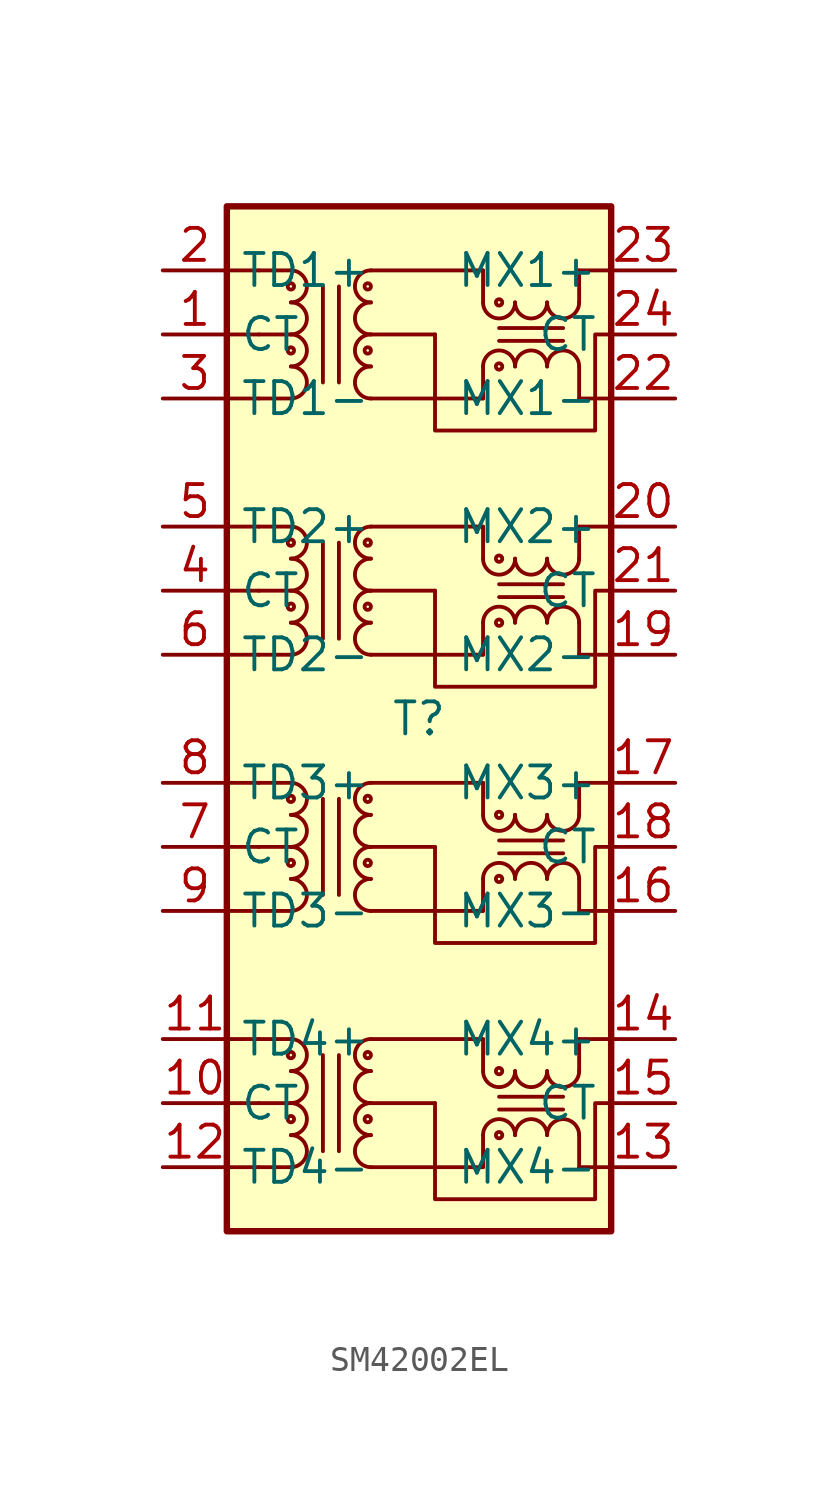
<source format=kicad_sym>
(kicad_symbol_lib
  (version 20231120)
  (generator "kicad_symbol_editor")
  (generator_version "8.0")
  (symbol "SM42002EL"
    (property "Reference" "T"
      (at 0 0 0)
      (effects (font (size 1.27 1.27))))
    (property "Value" ""
      (at 0 0 0)
      (effects (font (size 1.27 1.27))))
    (symbol "SM42002EL_0_1"
      (rectangle (start -7.62 20.32) (end 7.62 -20.32) (stroke (width 0.254) (type default)) (fill (type background)))
      (polyline (pts (xy 2.54 -16.51) (xy 2.54 -17.78)) (stroke (width 0) (type default)) (fill (type none)))
      (polyline (pts (xy 2.54 -12.7) (xy 2.54 -13.97)) (stroke (width 0) (type default)) (fill (type none)))
      (polyline (pts (xy 2.54 -6.35) (xy 2.54 -7.62)) (stroke (width 0) (type default)) (fill (type none)))
      (polyline (pts (xy 2.54 -2.54) (xy 2.54 -3.81)) (stroke (width 0) (type default)) (fill (type none)))
      (polyline (pts (xy 2.54 3.81) (xy 2.54 2.54)) (stroke (width 0) (type default)) (fill (type none)))
      (polyline (pts (xy 2.54 7.62) (xy 2.54 6.35)) (stroke (width 0) (type default)) (fill (type none)))
      (polyline (pts (xy 2.54 13.97) (xy 2.54 12.7)) (stroke (width 0) (type default)) (fill (type none)))
      (polyline (pts (xy 2.54 17.78) (xy 2.54 16.51)) (stroke (width 0) (type default)) (fill (type none)))
      (polyline (pts (xy 6.35 -17.78) (xy 6.35 -16.51)) (stroke (width 0) (type default)) (fill (type none)))
      (polyline (pts (xy 6.35 -13.97) (xy 6.35 -12.7)) (stroke (width 0) (type default)) (fill (type none)))
      (polyline (pts (xy 6.35 -7.62) (xy 6.35 -6.35)) (stroke (width 0) (type default)) (fill (type none)))
      (polyline (pts (xy 6.35 -3.81) (xy 6.35 -2.54)) (stroke (width 0) (type default)) (fill (type none)))
      (polyline (pts (xy 6.35 2.54) (xy 6.35 3.81)) (stroke (width 0) (type default)) (fill (type none)))
      (polyline (pts (xy 6.35 6.35) (xy 6.35 7.62)) (stroke (width 0) (type default)) (fill (type none)))
      (polyline (pts (xy 6.35 12.7) (xy 6.35 13.97)) (stroke (width 0) (type default)) (fill (type none)))
      (polyline (pts (xy 6.35 16.51) (xy 6.35 17.78)) (stroke (width 0) (type default)) (fill (type none)))
      (polyline (pts (xy 7.62 15.24) (xy 7.62 15.24)) (stroke (width 0) (type default)) (fill (type none)))
      (polyline (pts (xy 0.635 -15.24) (xy 0.635 -19.05) (xy 6.985 -19.05) (xy 6.985 -15.24) (xy 7.62 -15.24)) (stroke (width 0) (type default)) (fill (type none)))
      (polyline (pts (xy 0.635 -5.08) (xy 0.635 -8.89) (xy 6.985 -8.89) (xy 6.985 -5.08) (xy 7.62 -5.08)) (stroke (width 0) (type default)) (fill (type none)))
      (polyline (pts (xy 0.635 5.08) (xy 0.635 1.27) (xy 6.985 1.27) (xy 6.985 5.08) (xy 7.62 5.08)) (stroke (width 0) (type default)) (fill (type none)))
      (polyline (pts (xy 0.635 15.24) (xy 0.635 11.43) (xy 6.985 11.43) (xy 6.985 15.24) (xy 7.62 15.24)) (stroke (width 0) (type default)) (fill (type none)))
      (pin passive line (at -10.16 15.24 0) (length 2.54) (name "CT" (effects (font (size 1.27 1.27)))) (number "1" (effects (font (size 1.27 1.27)))))
      (pin passive line (at -10.16 -15.24 0) (length 2.54) (name "CT" (effects (font (size 1.27 1.27)))) (number "10" (effects (font (size 1.27 1.27)))))
      (pin passive line (at -10.16 -12.7 0) (length 2.54) (name "TD4+" (effects (font (size 1.27 1.27)))) (number "11" (effects (font (size 1.27 1.27)))))
      (pin passive line (at -10.16 -17.78 0) (length 2.54) (name "TD4-" (effects (font (size 1.27 1.27)))) (number "12" (effects (font (size 1.27 1.27)))))
      (pin passive line (at 10.16 -17.78 180) (length 2.54) (name "MX4-" (effects (font (size 1.27 1.27)))) (number "13" (effects (font (size 1.27 1.27)))))
      (pin passive line (at 10.16 -12.7 180) (length 2.54) (name "MX4+" (effects (font (size 1.27 1.27)))) (number "14" (effects (font (size 1.27 1.27)))))
      (pin passive line (at 10.16 -15.24 180) (length 2.54) (name "CT" (effects (font (size 1.27 1.27)))) (number "15" (effects (font (size 1.27 1.27)))))
      (pin passive line (at 10.16 -7.62 180) (length 2.54) (name "MX3-" (effects (font (size 1.27 1.27)))) (number "16" (effects (font (size 1.27 1.27)))))
      (pin passive line (at 10.16 -2.54 180) (length 2.54) (name "MX3+" (effects (font (size 1.27 1.27)))) (number "17" (effects (font (size 1.27 1.27)))))
      (pin passive line (at 10.16 -5.08 180) (length 2.54) (name "CT" (effects (font (size 1.27 1.27)))) (number "18" (effects (font (size 1.27 1.27)))))
      (pin passive line (at 10.16 2.54 180) (length 2.54) (name "MX2-" (effects (font (size 1.27 1.27)))) (number "19" (effects (font (size 1.27 1.27)))))
      (pin passive line (at -10.16 17.78 0) (length 2.54) (name "TD1+" (effects (font (size 1.27 1.27)))) (number "2" (effects (font (size 1.27 1.27)))))
      (pin passive line (at 10.16 7.62 180) (length 2.54) (name "MX2+" (effects (font (size 1.27 1.27)))) (number "20" (effects (font (size 1.27 1.27)))))
      (pin passive line (at 10.16 5.08 180) (length 2.54) (name "CT" (effects (font (size 1.27 1.27)))) (number "21" (effects (font (size 1.27 1.27)))))
      (pin passive line (at 10.16 12.7 180) (length 2.54) (name "MX1-" (effects (font (size 1.27 1.27)))) (number "22" (effects (font (size 1.27 1.27)))))
      (pin passive line (at 10.16 17.78 180) (length 2.54) (name "MX1+" (effects (font (size 1.27 1.27)))) (number "23" (effects (font (size 1.27 1.27)))))
      (pin passive line (at 10.16 15.24 180) (length 2.54) (name "CT" (effects (font (size 1.27 1.27)))) (number "24" (effects (font (size 1.27 1.27)))))
      (pin passive line (at -10.16 12.7 0) (length 2.54) (name "TD1-" (effects (font (size 1.27 1.27)))) (number "3" (effects (font (size 1.27 1.27)))))
      (pin passive line (at -10.16 5.08 0) (length 2.54) (name "CT" (effects (font (size 1.27 1.27)))) (number "4" (effects (font (size 1.27 1.27)))))
      (pin passive line (at -10.16 7.62 0) (length 2.54) (name "TD2+" (effects (font (size 1.27 1.27)))) (number "5" (effects (font (size 1.27 1.27)))))
      (pin passive line (at -10.16 2.54 0) (length 2.54) (name "TD2-" (effects (font (size 1.27 1.27)))) (number "6" (effects (font (size 1.27 1.27)))))
      (pin passive line (at -10.16 -5.08 0) (length 2.54) (name "CT" (effects (font (size 1.27 1.27)))) (number "7" (effects (font (size 1.27 1.27)))))
      (pin passive line (at -10.16 -2.54 0) (length 2.54) (name "TD3+" (effects (font (size 1.27 1.27)))) (number "8" (effects (font (size 1.27 1.27)))))
      (pin passive line (at -10.16 -7.62 0) (length 2.54) (name "TD3-" (effects (font (size 1.27 1.27)))) (number "9" (effects (font (size 1.27 1.27))))))
    (symbol "SM42002EL_1_1"
      (arc (start -5.08 -17.78) (mid -4.4477 -17.145) (end -5.08 -16.51) (stroke (width 0) (type default)) (fill (type none)))
      (arc (start -5.08 -16.51) (mid -4.4477 -15.875) (end -5.08 -15.24) (stroke (width 0) (type default)) (fill (type none)))
      (circle (center -5.08 -15.875) (radius 0.127) (stroke (width 0) (type default)) (fill (type none)))
      (arc (start -5.08 -15.24) (mid -4.4477 -14.605) (end -5.08 -13.97) (stroke (width 0) (type default)) (fill (type none)))
      (arc (start -5.08 -13.97) (mid -4.4477 -13.335) (end -5.08 -12.7) (stroke (width 0) (type default)) (fill (type none)))
      (circle (center -5.08 -13.335) (radius 0.127) (stroke (width 0) (type default)) (fill (type none)))
      (arc (start -5.08 -7.62) (mid -4.4477 -6.985) (end -5.08 -6.35) (stroke (width 0) (type default)) (fill (type none)))
      (arc (start -5.08 -6.35) (mid -4.4477 -5.715) (end -5.08 -5.08) (stroke (width 0) (type default)) (fill (type none)))
      (circle (center -5.08 -5.715) (radius 0.127) (stroke (width 0) (type default)) (fill (type none)))
      (arc (start -5.08 -5.08) (mid -4.4477 -4.445) (end -5.08 -3.81) (stroke (width 0) (type default)) (fill (type none)))
      (arc (start -5.08 -3.81) (mid -4.4477 -3.175) (end -5.08 -2.54) (stroke (width 0) (type default)) (fill (type none)))
      (circle (center -5.08 -3.175) (radius 0.127) (stroke (width 0) (type default)) (fill (type none)))
      (arc (start -5.08 2.54) (mid -4.4477 3.175) (end -5.08 3.81) (stroke (width 0) (type default)) (fill (type none)))
      (arc (start -5.08 3.81) (mid -4.4477 4.445) (end -5.08 5.08) (stroke (width 0) (type default)) (fill (type none)))
      (circle (center -5.08 4.445) (radius 0.127) (stroke (width 0) (type default)) (fill (type none)))
      (arc (start -5.08 5.08) (mid -4.4477 5.715) (end -5.08 6.35) (stroke (width 0) (type default)) (fill (type none)))
      (arc (start -5.08 6.35) (mid -4.4477 6.985) (end -5.08 7.62) (stroke (width 0) (type default)) (fill (type none)))
      (circle (center -5.08 6.985) (radius 0.127) (stroke (width 0) (type default)) (fill (type none)))
      (arc (start -5.08 12.7) (mid -4.4477 13.335) (end -5.08 13.97) (stroke (width 0) (type default)) (fill (type none)))
      (arc (start -5.08 13.97) (mid -4.4477 14.605) (end -5.08 15.24) (stroke (width 0) (type default)) (fill (type none)))
      (circle (center -5.08 14.605) (radius 0.127) (stroke (width 0) (type default)) (fill (type none)))
      (arc (start -5.08 15.24) (mid -4.4477 15.875) (end -5.08 16.51) (stroke (width 0) (type default)) (fill (type none)))
      (arc (start -5.08 16.51) (mid -4.4477 17.145) (end -5.08 17.78) (stroke (width 0) (type default)) (fill (type none)))
      (circle (center -5.08 17.145) (radius 0.127) (stroke (width 0) (type default)) (fill (type none)))
      (circle (center -2.032 -15.875) (radius 0.127) (stroke (width 0) (type default)) (fill (type none)))
      (circle (center -2.032 -13.335) (radius 0.127) (stroke (width 0) (type default)) (fill (type none)))
      (circle (center -2.032 -5.715) (radius 0.127) (stroke (width 0) (type default)) (fill (type none)))
      (circle (center -2.032 -3.175) (radius 0.127) (stroke (width 0) (type default)) (fill (type none)))
      (circle (center -2.032 4.445) (radius 0.127) (stroke (width 0) (type default)) (fill (type none)))
      (circle (center -2.032 6.985) (radius 0.127) (stroke (width 0) (type default)) (fill (type none)))
      (circle (center -2.032 14.605) (radius 0.127) (stroke (width 0) (type default)) (fill (type none)))
      (circle (center -2.032 17.145) (radius 0.127) (stroke (width 0) (type default)) (fill (type none)))
      (arc (start -1.905 -16.51) (mid -2.5373 -17.145) (end -1.905 -17.78) (stroke (width 0) (type default)) (fill (type none)))
      (arc (start -1.905 -15.24) (mid -2.5373 -15.875) (end -1.905 -16.51) (stroke (width 0) (type default)) (fill (type none)))
      (arc (start -1.905 -13.97) (mid -2.5373 -14.605) (end -1.905 -15.24) (stroke (width 0) (type default)) (fill (type none)))
      (arc (start -1.905 -12.7) (mid -2.5373 -13.335) (end -1.905 -13.97) (stroke (width 0) (type default)) (fill (type none)))
      (arc (start -1.905 -6.35) (mid -2.5373 -6.985) (end -1.905 -7.62) (stroke (width 0) (type default)) (fill (type none)))
      (arc (start -1.905 -5.08) (mid -2.5373 -5.715) (end -1.905 -6.35) (stroke (width 0) (type default)) (fill (type none)))
      (arc (start -1.905 -3.81) (mid -2.5373 -4.445) (end -1.905 -5.08) (stroke (width 0) (type default)) (fill (type none)))
      (arc (start -1.905 -2.54) (mid -2.5373 -3.175) (end -1.905 -3.81) (stroke (width 0) (type default)) (fill (type none)))
      (arc (start -1.905 3.81) (mid -2.5373 3.175) (end -1.905 2.54) (stroke (width 0) (type default)) (fill (type none)))
      (arc (start -1.905 5.08) (mid -2.5373 4.445) (end -1.905 3.81) (stroke (width 0) (type default)) (fill (type none)))
      (arc (start -1.905 6.35) (mid -2.5373 5.715) (end -1.905 5.08) (stroke (width 0) (type default)) (fill (type none)))
      (arc (start -1.905 7.62) (mid -2.5373 6.985) (end -1.905 6.35) (stroke (width 0) (type default)) (fill (type none)))
      (arc (start -1.905 13.97) (mid -2.5373 13.335) (end -1.905 12.7) (stroke (width 0) (type default)) (fill (type none)))
      (arc (start -1.905 15.24) (mid -2.5373 14.605) (end -1.905 13.97) (stroke (width 0) (type default)) (fill (type none)))
      (arc (start -1.905 16.51) (mid -2.5373 15.875) (end -1.905 15.24) (stroke (width 0) (type default)) (fill (type none)))
      (arc (start -1.905 17.78) (mid -2.5373 17.145) (end -1.905 16.51) (stroke (width 0) (type default)) (fill (type none)))
      (polyline (pts (xy -7.62 -17.78) (xy -6.35 -17.78)) (stroke (width 0) (type default)) (fill (type none)))
      (polyline (pts (xy -7.62 -15.24) (xy -6.35 -15.24)) (stroke (width 0) (type default)) (fill (type none)))
      (polyline (pts (xy -7.62 -12.7) (xy -6.35 -12.7)) (stroke (width 0) (type default)) (fill (type none)))
      (polyline (pts (xy -7.62 -7.62) (xy -6.35 -7.62)) (stroke (width 0) (type default)) (fill (type none)))
      (polyline (pts (xy -7.62 -5.08) (xy -6.35 -5.08)) (stroke (width 0) (type default)) (fill (type none)))
      (polyline (pts (xy -7.62 -2.54) (xy -6.35 -2.54)) (stroke (width 0) (type default)) (fill (type none)))
      (polyline (pts (xy -7.62 2.54) (xy -6.35 2.54)) (stroke (width 0) (type default)) (fill (type none)))
      (polyline (pts (xy -7.62 5.08) (xy -6.35 5.08)) (stroke (width 0) (type default)) (fill (type none)))
      (polyline (pts (xy -7.62 7.62) (xy -6.35 7.62)) (stroke (width 0) (type default)) (fill (type none)))
      (polyline (pts (xy -7.62 12.7) (xy -6.35 12.7)) (stroke (width 0) (type default)) (fill (type none)))
      (polyline (pts (xy -7.62 15.24) (xy -6.35 15.24)) (stroke (width 0) (type default)) (fill (type none)))
      (polyline (pts (xy -7.62 17.78) (xy -6.35 17.78)) (stroke (width 0) (type default)) (fill (type none)))
      (polyline (pts (xy -6.35 -17.78) (xy -5.08 -17.78)) (stroke (width 0) (type default)) (fill (type none)))
      (polyline (pts (xy -6.35 -15.24) (xy -5.08 -15.24)) (stroke (width 0) (type default)) (fill (type none)))
      (polyline (pts (xy -6.35 -12.7) (xy -5.08 -12.7)) (stroke (width 0) (type default)) (fill (type none)))
      (polyline (pts (xy -6.35 -7.62) (xy -5.08 -7.62)) (stroke (width 0) (type default)) (fill (type none)))
      (polyline (pts (xy -6.35 -5.08) (xy -5.08 -5.08)) (stroke (width 0) (type default)) (fill (type none)))
      (polyline (pts (xy -6.35 -2.54) (xy -5.08 -2.54)) (stroke (width 0) (type default)) (fill (type none)))
      (polyline (pts (xy -6.35 2.54) (xy -5.08 2.54)) (stroke (width 0) (type default)) (fill (type none)))
      (polyline (pts (xy -6.35 5.08) (xy -5.08 5.08)) (stroke (width 0) (type default)) (fill (type none)))
      (polyline (pts (xy -6.35 7.62) (xy -5.08 7.62)) (stroke (width 0) (type default)) (fill (type none)))
      (polyline (pts (xy -6.35 12.7) (xy -5.08 12.7)) (stroke (width 0) (type default)) (fill (type none)))
      (polyline (pts (xy -6.35 15.24) (xy -5.08 15.24)) (stroke (width 0) (type default)) (fill (type none)))
      (polyline (pts (xy -6.35 17.78) (xy -5.08 17.78)) (stroke (width 0) (type default)) (fill (type none)))
      (polyline (pts (xy -3.81 -17.145) (xy -3.81 -13.335)) (stroke (width 0) (type default)) (fill (type none)))
      (polyline (pts (xy -3.81 -6.985) (xy -3.81 -3.175)) (stroke (width 0) (type default)) (fill (type none)))
      (polyline (pts (xy -3.81 3.175) (xy -3.81 6.985)) (stroke (width 0) (type default)) (fill (type none)))
      (polyline (pts (xy -3.81 13.335) (xy -3.81 17.145)) (stroke (width 0) (type default)) (fill (type none)))
      (polyline (pts (xy -3.175 -17.145) (xy -3.175 -13.335)) (stroke (width 0) (type default)) (fill (type none)))
      (polyline (pts (xy -3.175 -6.985) (xy -3.175 -3.175)) (stroke (width 0) (type default)) (fill (type none)))
      (polyline (pts (xy -3.175 3.175) (xy -3.175 6.985)) (stroke (width 0) (type default)) (fill (type none)))
      (polyline (pts (xy -3.175 13.335) (xy -3.175 17.145)) (stroke (width 0) (type default)) (fill (type none)))
      (polyline (pts (xy 0.635 -15.24) (xy -1.905 -15.24)) (stroke (width 0) (type default)) (fill (type none)))
      (polyline (pts (xy 0.635 -5.08) (xy -1.905 -5.08)) (stroke (width 0) (type default)) (fill (type none)))
      (polyline (pts (xy 0.635 5.08) (xy -1.905 5.08)) (stroke (width 0) (type default)) (fill (type none)))
      (polyline (pts (xy 0.635 15.24) (xy -1.905 15.24)) (stroke (width 0) (type default)) (fill (type none)))
      (polyline (pts (xy 2.54 -17.78) (xy -1.905 -17.78)) (stroke (width 0) (type default)) (fill (type none)))
      (polyline (pts (xy 2.54 -12.7) (xy -1.905 -12.7)) (stroke (width 0) (type default)) (fill (type none)))
      (polyline (pts (xy 2.54 -7.62) (xy -1.905 -7.62)) (stroke (width 0) (type default)) (fill (type none)))
      (polyline (pts (xy 2.54 -2.54) (xy -1.905 -2.54)) (stroke (width 0) (type default)) (fill (type none)))
      (polyline (pts (xy 2.54 2.54) (xy -1.905 2.54)) (stroke (width 0) (type default)) (fill (type none)))
      (polyline (pts (xy 2.54 7.62) (xy -1.905 7.62)) (stroke (width 0) (type default)) (fill (type none)))
      (polyline (pts (xy 2.54 12.7) (xy -1.905 12.7)) (stroke (width 0) (type default)) (fill (type none)))
      (polyline (pts (xy 2.54 17.78) (xy -1.905 17.78)) (stroke (width 0) (type default)) (fill (type none)))
      (polyline (pts (xy 5.715 -15.494) (xy 3.175 -15.494)) (stroke (width 0) (type default)) (fill (type none)))
      (polyline (pts (xy 5.715 -14.986) (xy 3.175 -14.986)) (stroke (width 0) (type default)) (fill (type none)))
      (polyline (pts (xy 5.715 -5.334) (xy 3.175 -5.334)) (stroke (width 0) (type default)) (fill (type none)))
      (polyline (pts (xy 5.715 -4.826) (xy 3.175 -4.826)) (stroke (width 0) (type default)) (fill (type none)))
      (polyline (pts (xy 5.715 4.826) (xy 3.175 4.826)) (stroke (width 0) (type default)) (fill (type none)))
      (polyline (pts (xy 5.715 5.334) (xy 3.175 5.334)) (stroke (width 0) (type default)) (fill (type none)))
      (polyline (pts (xy 5.715 14.986) (xy 3.175 14.986)) (stroke (width 0) (type default)) (fill (type none)))
      (polyline (pts (xy 5.715 15.494) (xy 3.175 15.494)) (stroke (width 0) (type default)) (fill (type none)))
      (polyline (pts (xy 7.62 -17.78) (xy 6.35 -17.78)) (stroke (width 0) (type default)) (fill (type none)))
      (polyline (pts (xy 7.62 -12.7) (xy 6.35 -12.7)) (stroke (width 0) (type default)) (fill (type none)))
      (polyline (pts (xy 7.62 -7.62) (xy 6.35 -7.62)) (stroke (width 0) (type default)) (fill (type none)))
      (polyline (pts (xy 7.62 -2.54) (xy 6.35 -2.54)) (stroke (width 0) (type default)) (fill (type none)))
      (polyline (pts (xy 7.62 2.54) (xy 6.35 2.54)) (stroke (width 0) (type default)) (fill (type none)))
      (polyline (pts (xy 7.62 7.62) (xy 6.35 7.62)) (stroke (width 0) (type default)) (fill (type none)))
      (polyline (pts (xy 7.62 12.7) (xy 6.35 12.7)) (stroke (width 0) (type default)) (fill (type none)))
      (polyline (pts (xy 7.62 17.78) (xy 6.35 17.78)) (stroke (width 0) (type default)) (fill (type none)))
      (arc (start 2.54 -13.97) (mid 3.175 -14.6023) (end 3.81 -13.97) (stroke (width 0) (type default)) (fill (type none)))
      (arc (start 2.54 -3.81) (mid 3.175 -4.4423) (end 3.81 -3.81) (stroke (width 0) (type default)) (fill (type none)))
      (arc (start 2.54 6.35) (mid 3.175 5.7177) (end 3.81 6.35) (stroke (width 0) (type default)) (fill (type none)))
      (arc (start 2.54 16.51) (mid 3.175 15.8777) (end 3.81 16.51) (stroke (width 0) (type default)) (fill (type none)))
      (circle (center 3.175 -16.51) (radius 0.127) (stroke (width 0) (type default)) (fill (type none)))
      (circle (center 3.175 -13.97) (radius 0.127) (stroke (width 0) (type default)) (fill (type none)))
      (circle (center 3.175 -6.35) (radius 0.127) (stroke (width 0) (type default)) (fill (type none)))
      (circle (center 3.175 -3.81) (radius 0.127) (stroke (width 0) (type default)) (fill (type none)))
      (circle (center 3.175 3.81) (radius 0.127) (stroke (width 0) (type default)) (fill (type none)))
      (circle (center 3.175 6.35) (radius 0.127) (stroke (width 0) (type default)) (fill (type none)))
      (circle (center 3.175 13.97) (radius 0.127) (stroke (width 0) (type default)) (fill (type none)))
      (circle (center 3.175 16.51) (radius 0.127) (stroke (width 0) (type default)) (fill (type none)))
      (arc (start 3.81 -16.51) (mid 3.175 -15.8777) (end 2.54 -16.51) (stroke (width 0) (type default)) (fill (type none)))
      (arc (start 3.81 -13.97) (mid 4.445 -14.6023) (end 5.08 -13.97) (stroke (width 0) (type default)) (fill (type none)))
      (arc (start 3.81 -6.35) (mid 3.175 -5.7177) (end 2.54 -6.35) (stroke (width 0) (type default)) (fill (type none)))
      (arc (start 3.81 -3.81) (mid 4.445 -4.4423) (end 5.08 -3.81) (stroke (width 0) (type default)) (fill (type none)))
      (arc (start 3.81 3.81) (mid 3.175 4.4423) (end 2.54 3.81) (stroke (width 0) (type default)) (fill (type none)))
      (arc (start 3.81 6.35) (mid 4.445 5.7177) (end 5.08 6.35) (stroke (width 0) (type default)) (fill (type none)))
      (arc (start 3.81 13.97) (mid 3.175 14.6023) (end 2.54 13.97) (stroke (width 0) (type default)) (fill (type none)))
      (arc (start 3.81 16.51) (mid 4.445 15.8777) (end 5.08 16.51) (stroke (width 0) (type default)) (fill (type none)))
      (arc (start 5.08 -16.51) (mid 4.445 -15.8777) (end 3.81 -16.51) (stroke (width 0) (type default)) (fill (type none)))
      (arc (start 5.08 -13.97) (mid 5.715 -14.6023) (end 6.35 -13.97) (stroke (width 0) (type default)) (fill (type none)))
      (arc (start 5.08 -6.35) (mid 4.445 -5.7177) (end 3.81 -6.35) (stroke (width 0) (type default)) (fill (type none)))
      (arc (start 5.08 -3.81) (mid 5.715 -4.4423) (end 6.35 -3.81) (stroke (width 0) (type default)) (fill (type none)))
      (arc (start 5.08 3.81) (mid 4.445 4.4423) (end 3.81 3.81) (stroke (width 0) (type default)) (fill (type none)))
      (arc (start 5.08 6.35) (mid 5.715 5.7177) (end 6.35 6.35) (stroke (width 0) (type default)) (fill (type none)))
      (arc (start 5.08 13.97) (mid 4.445 14.6023) (end 3.81 13.97) (stroke (width 0) (type default)) (fill (type none)))
      (arc (start 5.08 16.51) (mid 5.715 15.8777) (end 6.35 16.51) (stroke (width 0) (type default)) (fill (type none)))
      (arc (start 6.35 -16.51) (mid 5.715 -15.8777) (end 5.08 -16.51) (stroke (width 0) (type default)) (fill (type none)))
      (arc (start 6.35 -6.35) (mid 5.715 -5.7177) (end 5.08 -6.35) (stroke (width 0) (type default)) (fill (type none)))
      (arc (start 6.35 3.81) (mid 5.715 4.4423) (end 5.08 3.81) (stroke (width 0) (type default)) (fill (type none)))
      (arc (start 6.35 13.97) (mid 5.715 14.6023) (end 5.08 13.97) (stroke (width 0) (type default)) (fill (type none))))))
</source>
